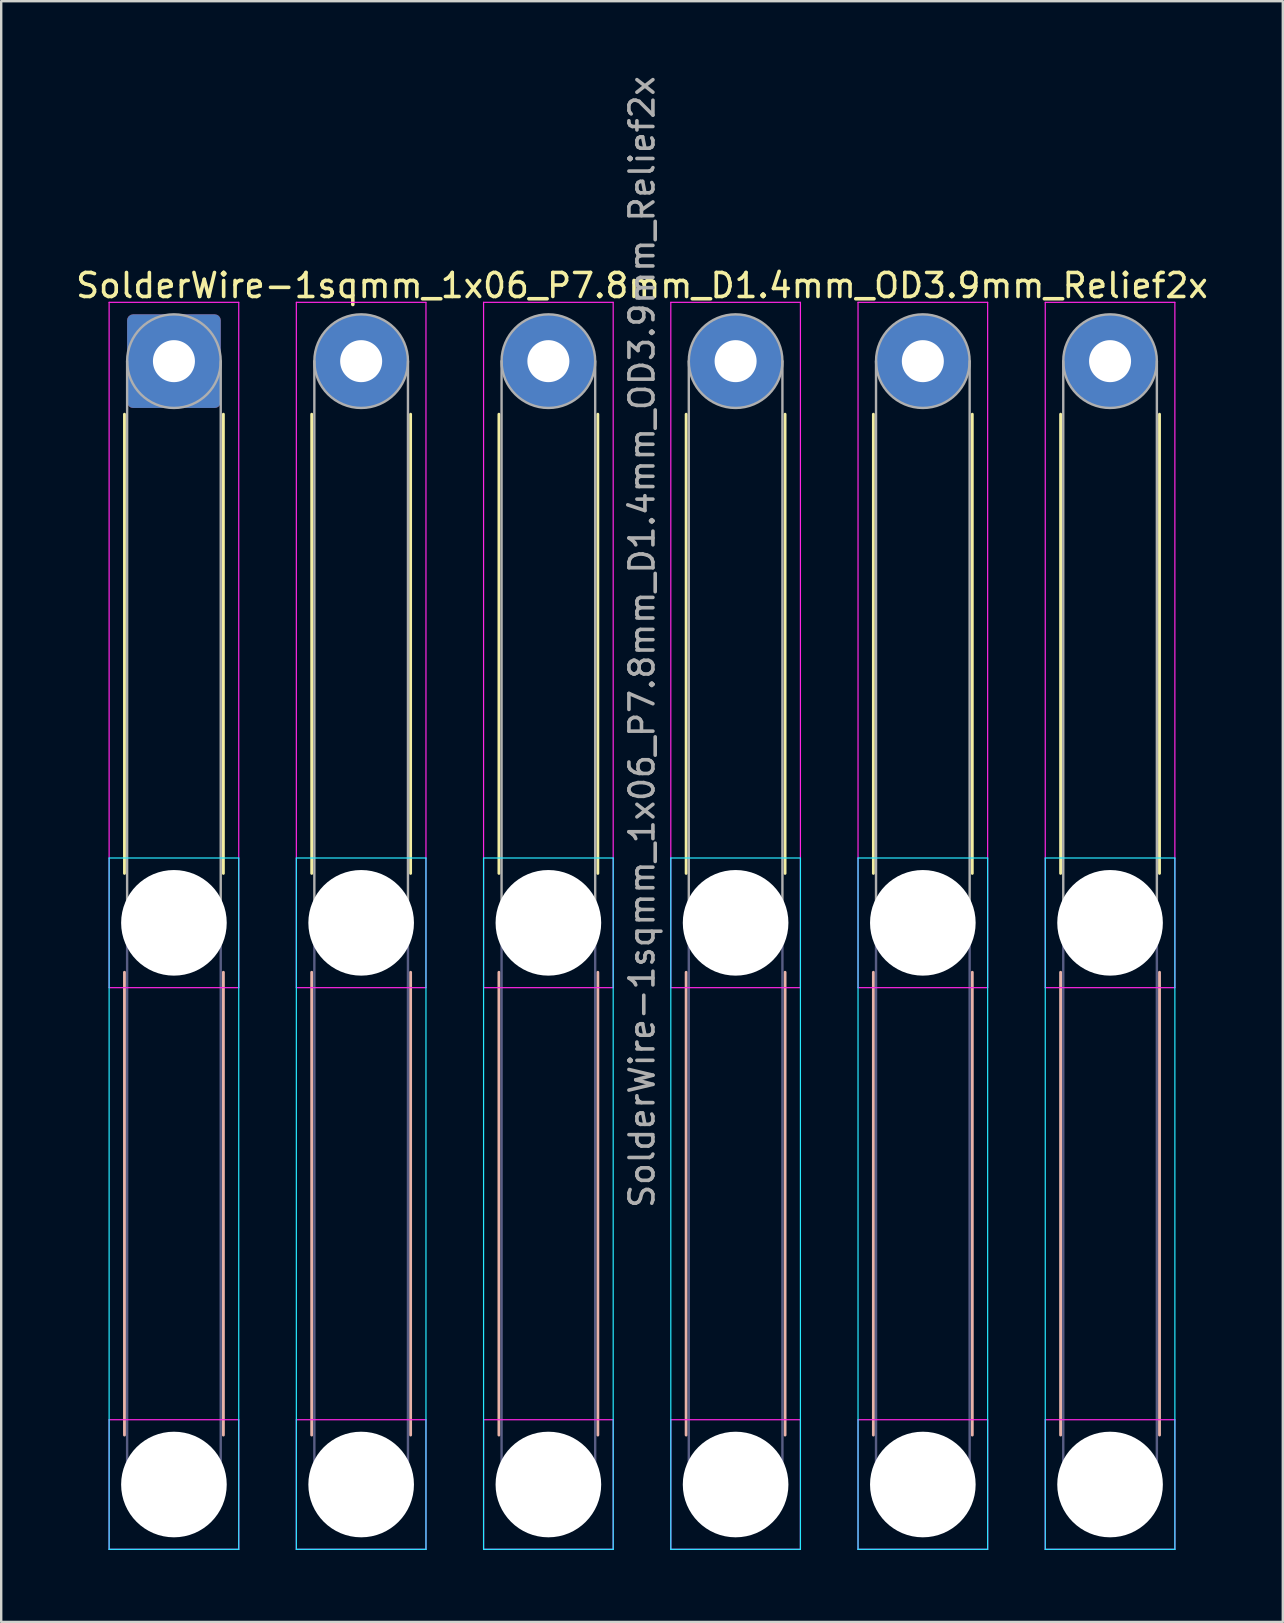
<source format=kicad_pcb>
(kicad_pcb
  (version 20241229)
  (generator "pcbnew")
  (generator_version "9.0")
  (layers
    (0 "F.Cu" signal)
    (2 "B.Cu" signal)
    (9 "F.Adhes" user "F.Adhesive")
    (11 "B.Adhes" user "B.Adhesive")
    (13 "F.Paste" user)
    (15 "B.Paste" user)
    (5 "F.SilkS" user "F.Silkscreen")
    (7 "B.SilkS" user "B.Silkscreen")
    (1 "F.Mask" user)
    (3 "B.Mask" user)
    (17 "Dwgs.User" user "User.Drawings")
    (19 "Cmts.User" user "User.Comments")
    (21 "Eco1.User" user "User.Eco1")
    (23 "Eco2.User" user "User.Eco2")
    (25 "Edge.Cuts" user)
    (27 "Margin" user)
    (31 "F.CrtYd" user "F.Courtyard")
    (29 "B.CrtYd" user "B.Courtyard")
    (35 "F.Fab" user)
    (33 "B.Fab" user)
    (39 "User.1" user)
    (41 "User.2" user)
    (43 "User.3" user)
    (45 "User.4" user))
  (footprint "SolderWire-1sqmm_1x06_P7.8mm_D1.4mm_OD3.9mm_Relief2x"
    (layer "F.Cu")
    (at 4.196 11.996)
    (property "Reference" "SolderWire-1sqmm_1x06_P7.8mm_D1.4mm_OD3.9mm_Relief2x" (at 19.5 -3.15 0) (layer "F.SilkS") (effects (font (size 1 1) (thickness 0.15))))
    (attr exclude_from_pos_files exclude_from_bom)
    (fp_line (start -2.06 2.21) (end -2.06 21.34) (stroke (width 0.12) (type solid)) (layer "F.SilkS"))
    (fp_line (start 2.06 2.21) (end 2.06 21.34) (stroke (width 0.12) (type solid)) (layer "F.SilkS"))
    (fp_line (start 5.74 2.21) (end 5.74 21.34) (stroke (width 0.12) (type solid)) (layer "F.SilkS"))
    (fp_line (start 9.86 2.21) (end 9.86 21.34) (stroke (width 0.12) (type solid)) (layer "F.SilkS"))
    (fp_line (start 13.54 2.21) (end 13.54 21.34) (stroke (width 0.12) (type solid)) (layer "F.SilkS"))
    (fp_line (start 17.66 2.21) (end 17.66 21.34) (stroke (width 0.12) (type solid)) (layer "F.SilkS"))
    (fp_line (start 21.34 2.21) (end 21.34 21.34) (stroke (width 0.12) (type solid)) (layer "F.SilkS"))
    (fp_line (start 25.46 2.21) (end 25.46 21.34) (stroke (width 0.12) (type solid)) (layer "F.SilkS"))
    (fp_line (start 29.14 2.21) (end 29.14 21.34) (stroke (width 0.12) (type solid)) (layer "F.SilkS"))
    (fp_line (start 33.26 2.21) (end 33.26 21.34) (stroke (width 0.12) (type solid)) (layer "F.SilkS"))
    (fp_line (start 36.94 2.21) (end 36.94 21.34) (stroke (width 0.12) (type solid)) (layer "F.SilkS"))
    (fp_line (start 41.06 2.21) (end 41.06 21.34) (stroke (width 0.12) (type solid)) (layer "F.SilkS"))
    (fp_line (start -2.06 25.46) (end -2.06 44.74) (stroke (width 0.12) (type solid)) (layer "B.SilkS"))
    (fp_line (start 2.06 25.46) (end 2.06 44.74) (stroke (width 0.12) (type solid)) (layer "B.SilkS"))
    (fp_line (start 5.74 25.46) (end 5.74 44.74) (stroke (width 0.12) (type solid)) (layer "B.SilkS"))
    (fp_line (start 9.86 25.46) (end 9.86 44.74) (stroke (width 0.12) (type solid)) (layer "B.SilkS"))
    (fp_line (start 13.54 25.46) (end 13.54 44.74) (stroke (width 0.12) (type solid)) (layer "B.SilkS"))
    (fp_line (start 17.66 25.46) (end 17.66 44.74) (stroke (width 0.12) (type solid)) (layer "B.SilkS"))
    (fp_line (start 21.34 25.46) (end 21.34 44.74) (stroke (width 0.12) (type solid)) (layer "B.SilkS"))
    (fp_line (start 25.46 25.46) (end 25.46 44.74) (stroke (width 0.12) (type solid)) (layer "B.SilkS"))
    (fp_line (start 29.14 25.46) (end 29.14 44.74) (stroke (width 0.12) (type solid)) (layer "B.SilkS"))
    (fp_line (start 33.26 25.46) (end 33.26 44.74) (stroke (width 0.12) (type solid)) (layer "B.SilkS"))
    (fp_line (start 36.94 25.46) (end 36.94 44.74) (stroke (width 0.12) (type solid)) (layer "B.SilkS"))
    (fp_line (start 41.06 25.46) (end 41.06 44.74) (stroke (width 0.12) (type solid)) (layer "B.SilkS"))
    (fp_line (start -2.7 20.7) (end -2.7 49.5) (stroke (width 0.05) (type solid)) (layer "B.CrtYd"))
    (fp_line (start -2.7 49.5) (end 2.7 49.5) (stroke (width 0.05) (type solid)) (layer "B.CrtYd"))
    (fp_line (start 2.7 20.7) (end -2.7 20.7) (stroke (width 0.05) (type solid)) (layer "B.CrtYd"))
    (fp_line (start 2.7 49.5) (end 2.7 20.7) (stroke (width 0.05) (type solid)) (layer "B.CrtYd"))
    (fp_line (start 5.1 20.7) (end 5.1 49.5) (stroke (width 0.05) (type solid)) (layer "B.CrtYd"))
    (fp_line (start 5.1 49.5) (end 10.5 49.5) (stroke (width 0.05) (type solid)) (layer "B.CrtYd"))
    (fp_line (start 10.5 20.7) (end 5.1 20.7) (stroke (width 0.05) (type solid)) (layer "B.CrtYd"))
    (fp_line (start 10.5 49.5) (end 10.5 20.7) (stroke (width 0.05) (type solid)) (layer "B.CrtYd"))
    (fp_line (start 12.9 20.7) (end 12.9 49.5) (stroke (width 0.05) (type solid)) (layer "B.CrtYd"))
    (fp_line (start 12.9 49.5) (end 18.3 49.5) (stroke (width 0.05) (type solid)) (layer "B.CrtYd"))
    (fp_line (start 18.3 20.7) (end 12.9 20.7) (stroke (width 0.05) (type solid)) (layer "B.CrtYd"))
    (fp_line (start 18.3 49.5) (end 18.3 20.7) (stroke (width 0.05) (type solid)) (layer "B.CrtYd"))
    (fp_line (start 20.7 20.7) (end 20.7 49.5) (stroke (width 0.05) (type solid)) (layer "B.CrtYd"))
    (fp_line (start 20.7 49.5) (end 26.1 49.5) (stroke (width 0.05) (type solid)) (layer "B.CrtYd"))
    (fp_line (start 26.1 20.7) (end 20.7 20.7) (stroke (width 0.05) (type solid)) (layer "B.CrtYd"))
    (fp_line (start 26.1 49.5) (end 26.1 20.7) (stroke (width 0.05) (type solid)) (layer "B.CrtYd"))
    (fp_line (start 28.5 20.7) (end 28.5 49.5) (stroke (width 0.05) (type solid)) (layer "B.CrtYd"))
    (fp_line (start 28.5 49.5) (end 33.9 49.5) (stroke (width 0.05) (type solid)) (layer "B.CrtYd"))
    (fp_line (start 33.9 20.7) (end 28.5 20.7) (stroke (width 0.05) (type solid)) (layer "B.CrtYd"))
    (fp_line (start 33.9 49.5) (end 33.9 20.7) (stroke (width 0.05) (type solid)) (layer "B.CrtYd"))
    (fp_line (start 36.3 20.7) (end 36.3 49.5) (stroke (width 0.05) (type solid)) (layer "B.CrtYd"))
    (fp_line (start 36.3 49.5) (end 41.7 49.5) (stroke (width 0.05) (type solid)) (layer "B.CrtYd"))
    (fp_line (start 41.7 20.7) (end 36.3 20.7) (stroke (width 0.05) (type solid)) (layer "B.CrtYd"))
    (fp_line (start 41.7 49.5) (end 41.7 20.7) (stroke (width 0.05) (type solid)) (layer "B.CrtYd"))
    (fp_line (start -2.7 -2.45) (end -2.7 26.1) (stroke (width 0.05) (type solid)) (layer "F.CrtYd"))
    (fp_line (start -2.7 26.1) (end 2.7 26.1) (stroke (width 0.05) (type solid)) (layer "F.CrtYd"))
    (fp_line (start -2.7 44.1) (end -2.7 49.5) (stroke (width 0.05) (type solid)) (layer "F.CrtYd"))
    (fp_line (start -2.7 49.5) (end 2.7 49.5) (stroke (width 0.05) (type solid)) (layer "F.CrtYd"))
    (fp_line (start 2.7 -2.45) (end -2.7 -2.45) (stroke (width 0.05) (type solid)) (layer "F.CrtYd"))
    (fp_line (start 2.7 26.1) (end 2.7 -2.45) (stroke (width 0.05) (type solid)) (layer "F.CrtYd"))
    (fp_line (start 2.7 44.1) (end -2.7 44.1) (stroke (width 0.05) (type solid)) (layer "F.CrtYd"))
    (fp_line (start 2.7 49.5) (end 2.7 44.1) (stroke (width 0.05) (type solid)) (layer "F.CrtYd"))
    (fp_line (start 5.1 -2.45) (end 5.1 26.1) (stroke (width 0.05) (type solid)) (layer "F.CrtYd"))
    (fp_line (start 5.1 26.1) (end 10.5 26.1) (stroke (width 0.05) (type solid)) (layer "F.CrtYd"))
    (fp_line (start 5.1 44.1) (end 5.1 49.5) (stroke (width 0.05) (type solid)) (layer "F.CrtYd"))
    (fp_line (start 5.1 49.5) (end 10.5 49.5) (stroke (width 0.05) (type solid)) (layer "F.CrtYd"))
    (fp_line (start 10.5 -2.45) (end 5.1 -2.45) (stroke (width 0.05) (type solid)) (layer "F.CrtYd"))
    (fp_line (start 10.5 26.1) (end 10.5 -2.45) (stroke (width 0.05) (type solid)) (layer "F.CrtYd"))
    (fp_line (start 10.5 44.1) (end 5.1 44.1) (stroke (width 0.05) (type solid)) (layer "F.CrtYd"))
    (fp_line (start 10.5 49.5) (end 10.5 44.1) (stroke (width 0.05) (type solid)) (layer "F.CrtYd"))
    (fp_line (start 12.9 -2.45) (end 12.9 26.1) (stroke (width 0.05) (type solid)) (layer "F.CrtYd"))
    (fp_line (start 12.9 26.1) (end 18.3 26.1) (stroke (width 0.05) (type solid)) (layer "F.CrtYd"))
    (fp_line (start 12.9 44.1) (end 12.9 49.5) (stroke (width 0.05) (type solid)) (layer "F.CrtYd"))
    (fp_line (start 12.9 49.5) (end 18.3 49.5) (stroke (width 0.05) (type solid)) (layer "F.CrtYd"))
    (fp_line (start 18.3 -2.45) (end 12.9 -2.45) (stroke (width 0.05) (type solid)) (layer "F.CrtYd"))
    (fp_line (start 18.3 26.1) (end 18.3 -2.45) (stroke (width 0.05) (type solid)) (layer "F.CrtYd"))
    (fp_line (start 18.3 44.1) (end 12.9 44.1) (stroke (width 0.05) (type solid)) (layer "F.CrtYd"))
    (fp_line (start 18.3 49.5) (end 18.3 44.1) (stroke (width 0.05) (type solid)) (layer "F.CrtYd"))
    (fp_line (start 20.7 -2.45) (end 20.7 26.1) (stroke (width 0.05) (type solid)) (layer "F.CrtYd"))
    (fp_line (start 20.7 26.1) (end 26.1 26.1) (stroke (width 0.05) (type solid)) (layer "F.CrtYd"))
    (fp_line (start 20.7 44.1) (end 20.7 49.5) (stroke (width 0.05) (type solid)) (layer "F.CrtYd"))
    (fp_line (start 20.7 49.5) (end 26.1 49.5) (stroke (width 0.05) (type solid)) (layer "F.CrtYd"))
    (fp_line (start 26.1 -2.45) (end 20.7 -2.45) (stroke (width 0.05) (type solid)) (layer "F.CrtYd"))
    (fp_line (start 26.1 26.1) (end 26.1 -2.45) (stroke (width 0.05) (type solid)) (layer "F.CrtYd"))
    (fp_line (start 26.1 44.1) (end 20.7 44.1) (stroke (width 0.05) (type solid)) (layer "F.CrtYd"))
    (fp_line (start 26.1 49.5) (end 26.1 44.1) (stroke (width 0.05) (type solid)) (layer "F.CrtYd"))
    (fp_line (start 28.5 -2.45) (end 28.5 26.1) (stroke (width 0.05) (type solid)) (layer "F.CrtYd"))
    (fp_line (start 28.5 26.1) (end 33.9 26.1) (stroke (width 0.05) (type solid)) (layer "F.CrtYd"))
    (fp_line (start 28.5 44.1) (end 28.5 49.5) (stroke (width 0.05) (type solid)) (layer "F.CrtYd"))
    (fp_line (start 28.5 49.5) (end 33.9 49.5) (stroke (width 0.05) (type solid)) (layer "F.CrtYd"))
    (fp_line (start 33.9 -2.45) (end 28.5 -2.45) (stroke (width 0.05) (type solid)) (layer "F.CrtYd"))
    (fp_line (start 33.9 26.1) (end 33.9 -2.45) (stroke (width 0.05) (type solid)) (layer "F.CrtYd"))
    (fp_line (start 33.9 44.1) (end 28.5 44.1) (stroke (width 0.05) (type solid)) (layer "F.CrtYd"))
    (fp_line (start 33.9 49.5) (end 33.9 44.1) (stroke (width 0.05) (type solid)) (layer "F.CrtYd"))
    (fp_line (start 36.3 -2.45) (end 36.3 26.1) (stroke (width 0.05) (type solid)) (layer "F.CrtYd"))
    (fp_line (start 36.3 26.1) (end 41.7 26.1) (stroke (width 0.05) (type solid)) (layer "F.CrtYd"))
    (fp_line (start 36.3 44.1) (end 36.3 49.5) (stroke (width 0.05) (type solid)) (layer "F.CrtYd"))
    (fp_line (start 36.3 49.5) (end 41.7 49.5) (stroke (width 0.05) (type solid)) (layer "F.CrtYd"))
    (fp_line (start 41.7 -2.45) (end 36.3 -2.45) (stroke (width 0.05) (type solid)) (layer "F.CrtYd"))
    (fp_line (start 41.7 26.1) (end 41.7 -2.45) (stroke (width 0.05) (type solid)) (layer "F.CrtYd"))
    (fp_line (start 41.7 44.1) (end 36.3 44.1) (stroke (width 0.05) (type solid)) (layer "F.CrtYd"))
    (fp_line (start 41.7 49.5) (end 41.7 44.1) (stroke (width 0.05) (type solid)) (layer "F.CrtYd"))
    (fp_line (start -1.95 23.4) (end -1.95 46.8) (stroke (width 0.1) (type solid)) (layer "B.Fab"))
    (fp_line (start 1.95 23.4) (end 1.95 46.8) (stroke (width 0.1) (type solid)) (layer "B.Fab"))
    (fp_line (start 5.85 23.4) (end 5.85 46.8) (stroke (width 0.1) (type solid)) (layer "B.Fab"))
    (fp_line (start 9.75 23.4) (end 9.75 46.8) (stroke (width 0.1) (type solid)) (layer "B.Fab"))
    (fp_line (start 13.65 23.4) (end 13.65 46.8) (stroke (width 0.1) (type solid)) (layer "B.Fab"))
    (fp_line (start 17.55 23.4) (end 17.55 46.8) (stroke (width 0.1) (type solid)) (layer "B.Fab"))
    (fp_line (start 21.45 23.4) (end 21.45 46.8) (stroke (width 0.1) (type solid)) (layer "B.Fab"))
    (fp_line (start 25.35 23.4) (end 25.35 46.8) (stroke (width 0.1) (type solid)) (layer "B.Fab"))
    (fp_line (start 29.25 23.4) (end 29.25 46.8) (stroke (width 0.1) (type solid)) (layer "B.Fab"))
    (fp_line (start 33.15 23.4) (end 33.15 46.8) (stroke (width 0.1) (type solid)) (layer "B.Fab"))
    (fp_line (start 37.05 23.4) (end 37.05 46.8) (stroke (width 0.1) (type solid)) (layer "B.Fab"))
    (fp_line (start 40.95 23.4) (end 40.95 46.8) (stroke (width 0.1) (type solid)) (layer "B.Fab"))
    (fp_circle (center 0 23.4) (end 1.95 23.4) (stroke (width 0.1) (type solid)) (fill no) (layer "B.Fab"))
    (fp_circle (center 0 46.8) (end 1.95 46.8) (stroke (width 0.1) (type solid)) (fill no) (layer "B.Fab"))
    (fp_circle (center 7.8 23.4) (end 9.75 23.4) (stroke (width 0.1) (type solid)) (fill no) (layer "B.Fab"))
    (fp_circle (center 7.8 46.8) (end 9.75 46.8) (stroke (width 0.1) (type solid)) (fill no) (layer "B.Fab"))
    (fp_circle (center 15.6 23.4) (end 17.55 23.4) (stroke (width 0.1) (type solid)) (fill no) (layer "B.Fab"))
    (fp_circle (center 15.6 46.8) (end 17.55 46.8) (stroke (width 0.1) (type solid)) (fill no) (layer "B.Fab"))
    (fp_circle (center 23.4 23.4) (end 25.35 23.4) (stroke (width 0.1) (type solid)) (fill no) (layer "B.Fab"))
    (fp_circle (center 23.4 46.8) (end 25.35 46.8) (stroke (width 0.1) (type solid)) (fill no) (layer "B.Fab"))
    (fp_circle (center 31.2 23.4) (end 33.15 23.4) (stroke (width 0.1) (type solid)) (fill no) (layer "B.Fab"))
    (fp_circle (center 31.2 46.8) (end 33.15 46.8) (stroke (width 0.1) (type solid)) (fill no) (layer "B.Fab"))
    (fp_circle (center 39 23.4) (end 40.95 23.4) (stroke (width 0.1) (type solid)) (fill no) (layer "B.Fab"))
    (fp_circle (center 39 46.8) (end 40.95 46.8) (stroke (width 0.1) (type solid)) (fill no) (layer "B.Fab"))
    (fp_line (start -1.95 0) (end -1.95 23.4) (stroke (width 0.1) (type solid)) (layer "F.Fab"))
    (fp_line (start 1.95 0) (end 1.95 23.4) (stroke (width 0.1) (type solid)) (layer "F.Fab"))
    (fp_line (start 5.85 0) (end 5.85 23.4) (stroke (width 0.1) (type solid)) (layer "F.Fab"))
    (fp_line (start 9.75 0) (end 9.75 23.4) (stroke (width 0.1) (type solid)) (layer "F.Fab"))
    (fp_line (start 13.65 0) (end 13.65 23.4) (stroke (width 0.1) (type solid)) (layer "F.Fab"))
    (fp_line (start 17.55 0) (end 17.55 23.4) (stroke (width 0.1) (type solid)) (layer "F.Fab"))
    (fp_line (start 21.45 0) (end 21.45 23.4) (stroke (width 0.1) (type solid)) (layer "F.Fab"))
    (fp_line (start 25.35 0) (end 25.35 23.4) (stroke (width 0.1) (type solid)) (layer "F.Fab"))
    (fp_line (start 29.25 0) (end 29.25 23.4) (stroke (width 0.1) (type solid)) (layer "F.Fab"))
    (fp_line (start 33.15 0) (end 33.15 23.4) (stroke (width 0.1) (type solid)) (layer "F.Fab"))
    (fp_line (start 37.05 0) (end 37.05 23.4) (stroke (width 0.1) (type solid)) (layer "F.Fab"))
    (fp_line (start 40.95 0) (end 40.95 23.4) (stroke (width 0.1) (type solid)) (layer "F.Fab"))
    (fp_circle (center 0 0) (end 1.95 0) (stroke (width 0.1) (type solid)) (fill no) (layer "F.Fab"))
    (fp_circle (center 0 23.4) (end 1.95 23.4) (stroke (width 0.1) (type solid)) (fill no) (layer "F.Fab"))
    (fp_circle (center 0 46.8) (end 1.95 46.8) (stroke (width 0.1) (type solid)) (fill no) (layer "F.Fab"))
    (fp_circle (center 7.8 0) (end 9.75 0) (stroke (width 0.1) (type solid)) (fill no) (layer "F.Fab"))
    (fp_circle (center 7.8 23.4) (end 9.75 23.4) (stroke (width 0.1) (type solid)) (fill no) (layer "F.Fab"))
    (fp_circle (center 7.8 46.8) (end 9.75 46.8) (stroke (width 0.1) (type solid)) (fill no) (layer "F.Fab"))
    (fp_circle (center 15.6 0) (end 17.55 0) (stroke (width 0.1) (type solid)) (fill no) (layer "F.Fab"))
    (fp_circle (center 15.6 23.4) (end 17.55 23.4) (stroke (width 0.1) (type solid)) (fill no) (layer "F.Fab"))
    (fp_circle (center 15.6 46.8) (end 17.55 46.8) (stroke (width 0.1) (type solid)) (fill no) (layer "F.Fab"))
    (fp_circle (center 23.4 0) (end 25.35 0) (stroke (width 0.1) (type solid)) (fill no) (layer "F.Fab"))
    (fp_circle (center 23.4 23.4) (end 25.35 23.4) (stroke (width 0.1) (type solid)) (fill no) (layer "F.Fab"))
    (fp_circle (center 23.4 46.8) (end 25.35 46.8) (stroke (width 0.1) (type solid)) (fill no) (layer "F.Fab"))
    (fp_circle (center 31.2 0) (end 33.15 0) (stroke (width 0.1) (type solid)) (fill no) (layer "F.Fab"))
    (fp_circle (center 31.2 23.4) (end 33.15 23.4) (stroke (width 0.1) (type solid)) (fill no) (layer "F.Fab"))
    (fp_circle (center 31.2 46.8) (end 33.15 46.8) (stroke (width 0.1) (type solid)) (fill no) (layer "F.Fab"))
    (fp_circle (center 39 0) (end 40.95 0) (stroke (width 0.1) (type solid)) (fill no) (layer "F.Fab"))
    (fp_circle (center 39 23.4) (end 40.95 23.4) (stroke (width 0.1) (type solid)) (fill no) (layer "F.Fab"))
    (fp_circle (center 39 46.8) (end 40.95 46.8) (stroke (width 0.1) (type solid)) (fill no) (layer "F.Fab"))
    (fp_text user "${REFERENCE}" (at 19.5 11.7 90) (layer "F.Fab") (effects (font (size 1 1) (thickness 0.15))))
    (pad "" np_thru_hole circle (at 0 23.4) (size 4.4 4.4) (drill 4.4) (layers "*.Cu" "*.Mask"))
    (pad "" np_thru_hole circle (at 0 46.8) (size 4.4 4.4) (drill 4.4) (layers "*.Cu" "*.Mask"))
    (pad "" np_thru_hole circle (at 7.8 23.4) (size 4.4 4.4) (drill 4.4) (layers "*.Cu" "*.Mask"))
    (pad "" np_thru_hole circle (at 7.8 46.8) (size 4.4 4.4) (drill 4.4) (layers "*.Cu" "*.Mask"))
    (pad "" np_thru_hole circle (at 15.6 23.4) (size 4.4 4.4) (drill 4.4) (layers "*.Cu" "*.Mask"))
    (pad "" np_thru_hole circle (at 15.6 46.8) (size 4.4 4.4) (drill 4.4) (layers "*.Cu" "*.Mask"))
    (pad "" np_thru_hole circle (at 23.4 23.4) (size 4.4 4.4) (drill 4.4) (layers "*.Cu" "*.Mask"))
    (pad "" np_thru_hole circle (at 23.4 46.8) (size 4.4 4.4) (drill 4.4) (layers "*.Cu" "*.Mask"))
    (pad "" np_thru_hole circle (at 31.2 23.4) (size 4.4 4.4) (drill 4.4) (layers "*.Cu" "*.Mask"))
    (pad "" np_thru_hole circle (at 31.2 46.8) (size 4.4 4.4) (drill 4.4) (layers "*.Cu" "*.Mask"))
    (pad "" np_thru_hole circle (at 39 23.4) (size 4.4 4.4) (drill 4.4) (layers "*.Cu" "*.Mask"))
    (pad "" np_thru_hole circle (at 39 46.8) (size 4.4 4.4) (drill 4.4) (layers "*.Cu" "*.Mask"))
    (pad "1" thru_hole roundrect (at 0 0) (size 3.9 3.9) (drill 1.75) (layers "*.Cu" "*.Mask") (roundrect_rratio 0.064))
    (pad "2" thru_hole circle (at 7.8 0) (size 3.9 3.9) (drill 1.75) (layers "*.Cu" "*.Mask"))
    (pad "3" thru_hole circle (at 15.6 0) (size 3.9 3.9) (drill 1.75) (layers "*.Cu" "*.Mask"))
    (pad "4" thru_hole circle (at 23.4 0) (size 3.9 3.9) (drill 1.75) (layers "*.Cu" "*.Mask"))
    (pad "5" thru_hole circle (at 31.2 0) (size 3.9 3.9) (drill 1.75) (layers "*.Cu" "*.Mask"))
    (pad "6" thru_hole circle (at 39 0) (size 3.9 3.9) (drill 1.75) (layers "*.Cu" "*.Mask")))
  (gr_rect
    (start -3 -3)
    (end 50.393 64.521)
    (stroke (width 0.1) (type default))
    (fill no)
    (layer "Edge.Cuts")))
</source>
